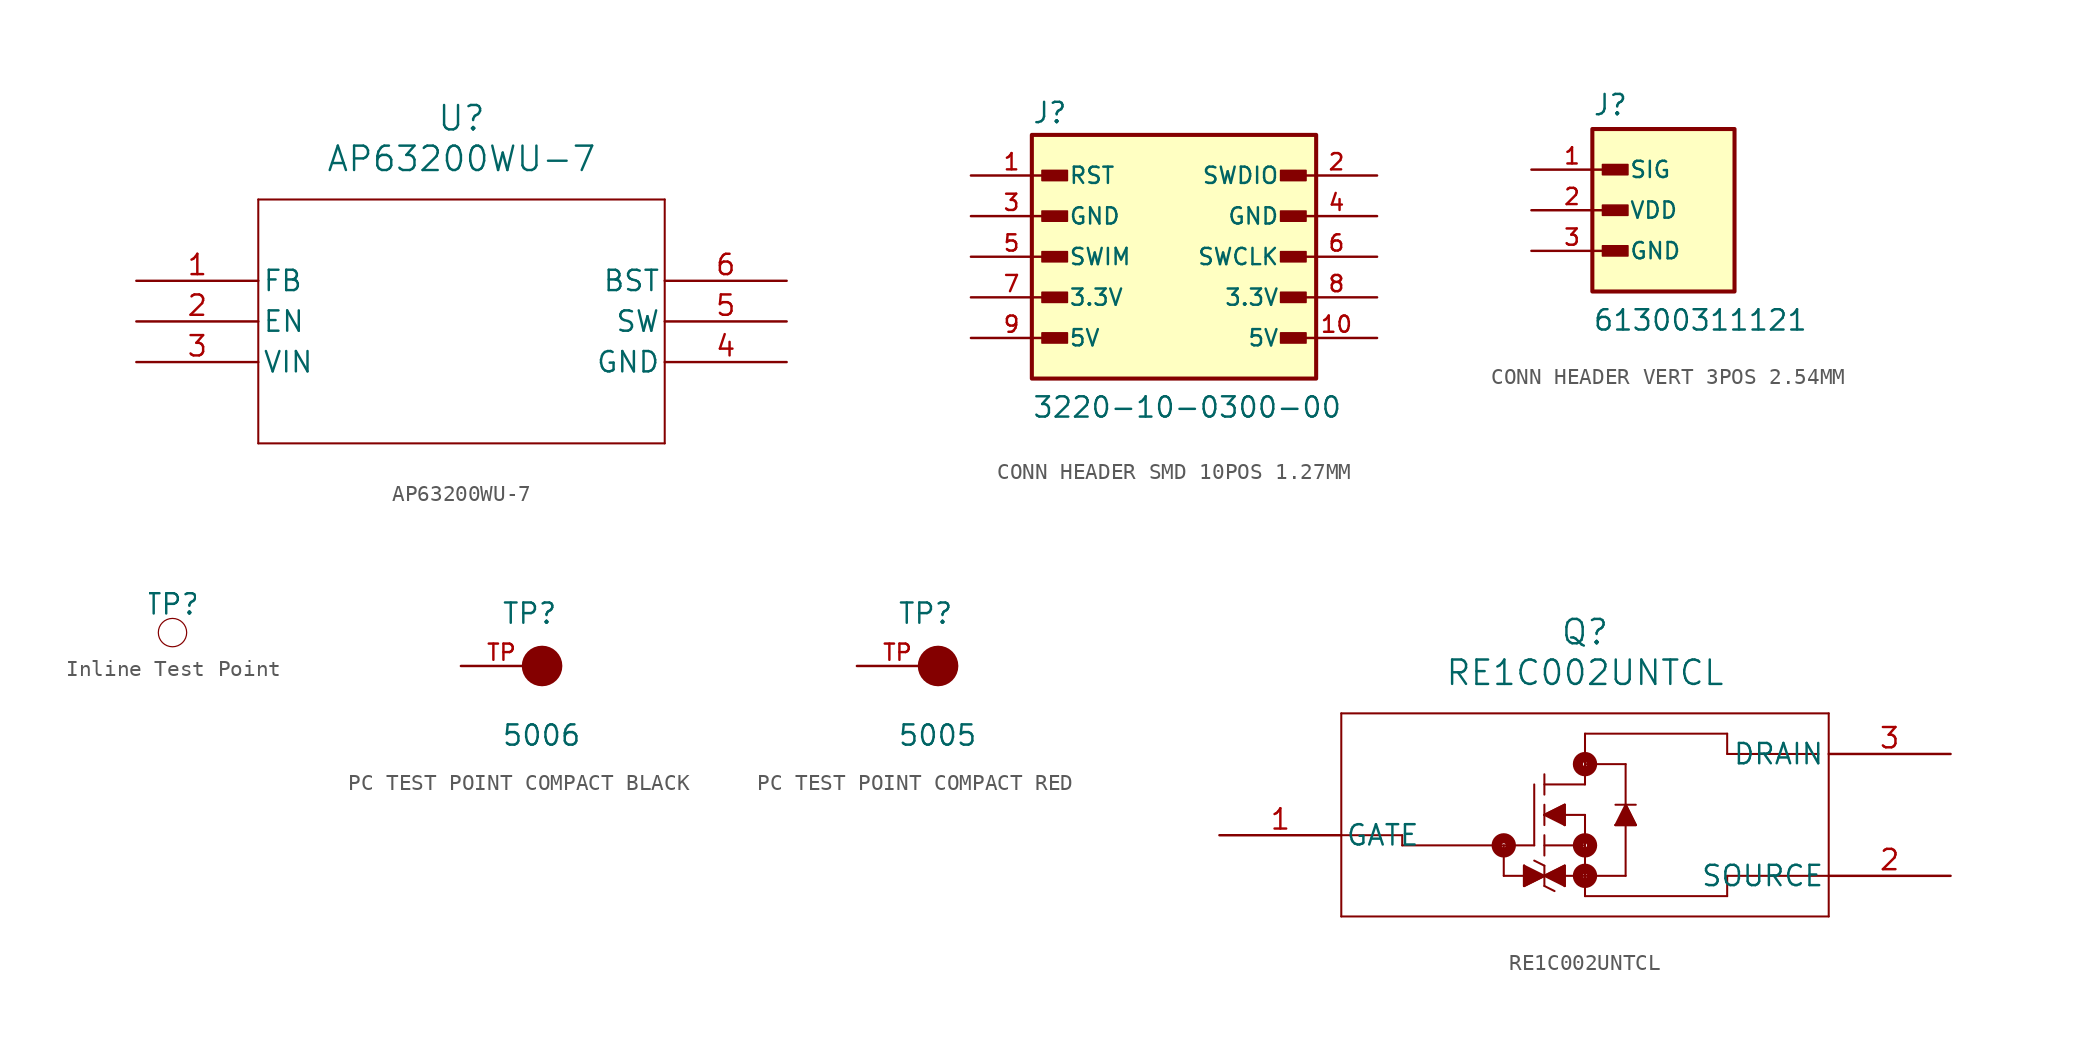
<source format=kicad_sym>
(kicad_symbol_lib
  (version 20241209)
  (generator "kicad_symbol_editor")
  (generator_version "9.0")
  (symbol "AP63200WU-7"
    (pin_names
      (offset 0.254))
    (property "Reference" "U"
      (at 20.32 10.16 0)
      (effects (font (size 1.524 1.524))))
    (property "Value" "AP63200WU-7"
      (at 20.32 7.62 0)
      (effects (font (size 1.524 1.524))))
    (symbol "AP63200WU-7_0_1"
      (polyline (pts (xy 7.62 5.08) (xy 7.62 -10.16)) (stroke (width 0.127) (type default)) (fill (type none)))
      (polyline (pts (xy 7.62 -10.16) (xy 33.02 -10.16)) (stroke (width 0.127) (type default)) (fill (type none)))
      (polyline (pts (xy 33.02 5.08) (xy 7.62 5.08)) (stroke (width 0.127) (type default)) (fill (type none)))
      (polyline (pts (xy 33.02 -10.16) (xy 33.02 5.08)) (stroke (width 0.127) (type default)) (fill (type none)))
      (pin output line (at 0 0 0) (length 7.62) (name "FB" (effects (font (size 1.27 1.27)))) (number "1" (effects (font (size 1.27 1.27)))))
      (pin input line (at 0 -2.54 0) (length 7.62) (name "EN" (effects (font (size 1.27 1.27)))) (number "2" (effects (font (size 1.27 1.27)))))
      (pin power_in line (at 0 -5.08 0) (length 7.62) (name "VIN" (effects (font (size 1.27 1.27)))) (number "3" (effects (font (size 1.27 1.27)))))
      (pin input line (at 40.64 0 180) (length 7.62) (name "BST" (effects (font (size 1.27 1.27)))) (number "6" (effects (font (size 1.27 1.27)))))
      (pin output line (at 40.64 -2.54 180) (length 7.62) (name "SW" (effects (font (size 1.27 1.27)))) (number "5" (effects (font (size 1.27 1.27)))))
      (pin power_out line (at 40.64 -5.08 180) (length 7.62) (name "GND" (effects (font (size 1.27 1.27)))) (number "4" (effects (font (size 1.27 1.27)))))))
  (symbol "CONN HEADER SMD 10POS 1.27MM"
    (pin_names
      (offset 1.016))
    (property "Reference" "J"
      (at -8.89 8.255 0)
      (effects (font (size 1.27 1.27)) (justify left bottom)))
    (property "Value" "3220-10-0300-00"
      (at -8.89 -10.16 0)
      (effects (font (size 1.27 1.27)) (justify left bottom)))
    (symbol "CONN HEADER SMD 10POS 1.27MM_0_0"
      (rectangle (start -8.89 -7.62) (end 8.89 7.62) (stroke (width 0.254) (type default)) (fill (type background)))
      (rectangle (start -8.255 4.763) (end -6.668 5.397) (stroke (width 0.1) (type default)) (fill (type outline)))
      (rectangle (start -8.255 2.223) (end -6.668 2.857) (stroke (width 0.1) (type default)) (fill (type outline)))
      (rectangle (start -8.255 -0.318) (end -6.668 0.318) (stroke (width 0.1) (type default)) (fill (type outline)))
      (rectangle (start -8.255 -2.857) (end -6.668 -2.223) (stroke (width 0.1) (type default)) (fill (type outline)))
      (rectangle (start -8.255 -5.397) (end -6.668 -4.763) (stroke (width 0.1) (type default)) (fill (type outline)))
      (rectangle (start 6.668 4.763) (end 8.255 5.397) (stroke (width 0.1) (type default)) (fill (type outline)))
      (rectangle (start 6.668 2.223) (end 8.255 2.857) (stroke (width 0.1) (type default)) (fill (type outline)))
      (rectangle (start 6.668 -0.318) (end 8.255 0.318) (stroke (width 0.1) (type default)) (fill (type outline)))
      (rectangle (start 6.668 -2.857) (end 8.255 -2.223) (stroke (width 0.1) (type default)) (fill (type outline)))
      (rectangle (start 6.668 -5.397) (end 8.255 -4.763) (stroke (width 0.1) (type default)) (fill (type outline)))
      (pin passive line (at -12.7 5.08 0) (length 5.08) (name "RST" (effects (font (size 1.016 1.016)))) (number "1" (effects (font (size 1.016 1.016)))))
      (pin passive line (at -12.7 2.54 0) (length 5.08) (name "GND" (effects (font (size 1.016 1.016)))) (number "3" (effects (font (size 1.016 1.016)))))
      (pin passive line (at -12.7 0 0) (length 5.08) (name "SWIM" (effects (font (size 1.016 1.016)))) (number "5" (effects (font (size 1.016 1.016)))))
      (pin passive line (at -12.7 -2.54 0) (length 5.08) (name "3.3V" (effects (font (size 1.016 1.016)))) (number "7" (effects (font (size 1.016 1.016)))))
      (pin passive line (at -12.7 -5.08 0) (length 5.08) (name "5V" (effects (font (size 1.016 1.016)))) (number "9" (effects (font (size 1.016 1.016)))))
      (pin passive line (at 12.7 5.08 180) (length 5.08) (name "SWDIO" (effects (font (size 1.016 1.016)))) (number "2" (effects (font (size 1.016 1.016)))))
      (pin passive line (at 12.7 2.54 180) (length 5.08) (name "GND" (effects (font (size 1.016 1.016)))) (number "4" (effects (font (size 1.016 1.016)))))
      (pin passive line (at 12.7 0 180) (length 5.08) (name "SWCLK" (effects (font (size 1.016 1.016)))) (number "6" (effects (font (size 1.016 1.016)))))
      (pin passive line (at 12.7 -2.54 180) (length 5.08) (name "3.3V" (effects (font (size 1.016 1.016)))) (number "8" (effects (font (size 1.016 1.016)))))
      (pin passive line (at 12.7 -5.08 180) (length 5.08) (name "5V" (effects (font (size 1.016 1.016)))) (number "10" (effects (font (size 1.016 1.016)))))))
  (symbol "CONN HEADER VERT 3POS 2.54MM"
    (pin_names
      (offset 1.016))
    (property "Reference" "J"
      (at -3.81 5.842 0)
      (effects (font (size 1.27 1.27)) (justify left bottom)))
    (property "Value" "61300311121"
      (at -3.81 -7.62 0)
      (effects (font (size 1.27 1.27)) (justify left bottom)))
    (symbol "CONN HEADER VERT 3POS 2.54MM_0_0"
      (rectangle (start -3.81 -5.08) (end 5.08 5.08) (stroke (width 0.254) (type default)) (fill (type background)))
      (rectangle (start -3.175 2.223) (end -1.587 2.857) (stroke (width 0.1) (type default)) (fill (type outline)))
      (rectangle (start -3.175 -0.318) (end -1.587 0.318) (stroke (width 0.1) (type default)) (fill (type outline)))
      (rectangle (start -3.175 -2.857) (end -1.587 -2.223) (stroke (width 0.1) (type default)) (fill (type outline)))
      (pin output line (at -7.62 2.54 0) (length 5.08) (name "SIG" (effects (font (size 1.016 1.016)))) (number "1" (effects (font (size 1.016 1.016)))))
      (pin power_in line (at -7.62 0 0) (length 5.08) (name "VDD" (effects (font (size 1.016 1.016)))) (number "2" (effects (font (size 1.016 1.016)))))
      (pin power_in line (at -7.62 -2.54 0) (length 5.08) (name "GND" (effects (font (size 1.016 1.016)))) (number "3" (effects (font (size 1.016 1.016)))))))
  (symbol "Inline Test Point"
    (property "Reference" "TP"
      (at 0 1.778 0)
      (effects (font (size 1.27 1.27))))
    (symbol "Inline Test Point_1_1"
      (circle (center 0 0) (radius 0.889) (stroke (width 0.076) (type solid)) (fill (type none)))
      (pin free line (at 0 0 0) (length 0) (hide yes) (name "1" (effects (font (size 1.27 1.27)))) (number "1" (effects (font (size 1.27 1.27)))))))
  (symbol "PC TEST POINT COMPACT BLACK"
    (pin_names
      (offset 1.016))
    (property "Reference" "TP"
      (at -2.544 2.542 0)
      (effects (font (size 1.27 1.27)) (justify left bottom)))
    (property "Value" "5006"
      (at -2.55 -5.087 0)
      (effects (font (size 1.27 1.27)) (justify left bottom)))
    (symbol "PC TEST POINT COMPACT BLACK_0_0"
      (circle (center 0 0) (radius 0.635) (stroke (width 1.27) (type default)) (fill (type none)))
      (pin passive line (at -5.08 0 0) (length 5.08) (name "~" (effects (font (size 1.016 1.016)))) (number "TP" (effects (font (size 1.016 1.016)))))))
  (symbol "PC TEST POINT COMPACT RED"
    (pin_names
      (offset 1.016))
    (property "Reference" "TP"
      (at -2.544 2.542 0)
      (effects (font (size 1.27 1.27)) (justify left bottom)))
    (property "Value" "5005"
      (at -2.55 -5.087 0)
      (effects (font (size 1.27 1.27)) (justify left bottom)))
    (symbol "PC TEST POINT COMPACT RED_0_0"
      (circle (center 0 0) (radius 0.635) (stroke (width 1.27) (type default)) (fill (type none)))
      (pin passive line (at -5.08 0 0) (length 5.08) (name "~" (effects (font (size 1.016 1.016)))) (number "TP" (effects (font (size 1.016 1.016)))))))
  (symbol "RE1C002UNTCL"
    (pin_names
      (offset 0.254))
    (property "Reference" "Q"
      (at 22.86 12.7 0)
      (effects (font (size 1.524 1.524))))
    (property "Value" "RE1C002UNTCL"
      (at 22.86 10.16 0)
      (effects (font (size 1.524 1.524))))
    (symbol "RE1C002UNTCL_0_1"
      (polyline (pts (xy 7.62 7.62) (xy 7.62 -5.08)) (stroke (width 0.127) (type default)) (fill (type none)))
      (polyline (pts (xy 7.62 -5.08) (xy 38.1 -5.08)) (stroke (width 0.127) (type default)) (fill (type none)))
      (polyline (pts (xy 11.43 0) (xy 7.62 0)) (stroke (width 0.127) (type default)) (fill (type none)))
      (polyline (pts (xy 11.43 -0.635) (xy 11.43 0)) (stroke (width 0.127) (type default)) (fill (type none)))
      (polyline (pts (xy 17.78 -0.635) (xy 17.78 -2.54)) (stroke (width 0.127) (type default)) (fill (type none)))
      (circle (center 17.78 -0.635) (radius 0.127) (stroke (width 0.635) (type default)) (fill (type none)))
      (polyline (pts (xy 17.78 -2.54) (xy 25.4 -2.54)) (stroke (width 0.127) (type default)) (fill (type none)))
      (polyline (pts (xy 19.05 -1.905) (xy 19.05 -3.175)) (stroke (width 0.127) (type default)) (fill (type none)))
      (polyline (pts (xy 19.05 -1.905) (xy 19.05 -3.175) (xy 21.59 -1.905) (xy 21.59 -3.175)) (stroke (width 0) (type default)) (fill (type outline)))
      (polyline (pts (xy 19.05 -3.175) (xy 20.32 -2.54)) (stroke (width 0.127) (type default)) (fill (type none)))
      (polyline (pts (xy 19.685 3.175) (xy 19.685 -0.635)) (stroke (width 0.127) (type default)) (fill (type none)))
      (polyline (pts (xy 19.685 -0.635) (xy 11.43 -0.635)) (stroke (width 0.127) (type default)) (fill (type none)))
      (polyline (pts (xy 20.32 3.175) (xy 22.86 3.175)) (stroke (width 0.127) (type default)) (fill (type none)))
      (polyline (pts (xy 20.32 2.54) (xy 20.32 3.81)) (stroke (width 0.127) (type default)) (fill (type none)))
      (polyline (pts (xy 20.32 1.905) (xy 20.32 0.635)) (stroke (width 0.127) (type default)) (fill (type none)))
      (polyline (pts (xy 20.32 1.27) (xy 21.59 1.905)) (stroke (width 0.127) (type default)) (fill (type none)))
      (polyline (pts (xy 20.32 1.27) (xy 21.59 1.905) (xy 21.59 0.635)) (stroke (width 0) (type default)) (fill (type outline)))
      (polyline (pts (xy 20.32 0) (xy 20.32 -1.27)) (stroke (width 0.127) (type default)) (fill (type none)))
      (polyline (pts (xy 20.32 -0.635) (xy 22.86 -0.635)) (stroke (width 0.127) (type default)) (fill (type none)))
      (polyline (pts (xy 20.32 -1.905) (xy 19.685 -1.587)) (stroke (width 0.127) (type default)) (fill (type none)))
      (polyline (pts (xy 20.32 -1.905) (xy 20.32 -3.175)) (stroke (width 0.127) (type default)) (fill (type none)))
      (polyline (pts (xy 20.32 -2.54) (xy 19.05 -1.905)) (stroke (width 0.127) (type default)) (fill (type none)))
      (polyline (pts (xy 20.32 -2.54) (xy 21.59 -1.905)) (stroke (width 0.127) (type default)) (fill (type none)))
      (polyline (pts (xy 20.32 -3.175) (xy 20.955 -3.493)) (stroke (width 0.127) (type default)) (fill (type none)))
      (polyline (pts (xy 21.59 1.905) (xy 21.59 0.635)) (stroke (width 0.127) (type default)) (fill (type none)))
      (polyline (pts (xy 21.59 0.635) (xy 20.32 1.27)) (stroke (width 0.127) (type default)) (fill (type none)))
      (polyline (pts (xy 21.59 -1.905) (xy 21.59 -3.175)) (stroke (width 0.127) (type default)) (fill (type none)))
      (polyline (pts (xy 21.59 -3.175) (xy 20.32 -2.54)) (stroke (width 0.127) (type default)) (fill (type none)))
      (polyline (pts (xy 22.86 6.35) (xy 31.75 6.35)) (stroke (width 0.127) (type default)) (fill (type none)))
      (polyline (pts (xy 22.86 4.445) (xy 25.4 4.445)) (stroke (width 0.127) (type default)) (fill (type none)))
      (circle (center 22.86 4.445) (radius 0.127) (stroke (width 0.635) (type default)) (fill (type none)))
      (polyline (pts (xy 22.86 3.175) (xy 22.86 6.35)) (stroke (width 0.127) (type default)) (fill (type none)))
      (polyline (pts (xy 22.86 1.27) (xy 20.32 1.27)) (stroke (width 0.127) (type default)) (fill (type none)))
      (polyline (pts (xy 22.86 1.27) (xy 22.86 -3.81)) (stroke (width 0.127) (type default)) (fill (type none)))
      (circle (center 22.86 -0.635) (radius 0.127) (stroke (width 0.635) (type default)) (fill (type none)))
      (circle (center 22.86 -2.54) (radius 0.127) (stroke (width 0.635) (type default)) (fill (type none)))
      (polyline (pts (xy 24.765 1.905) (xy 26.035 1.905)) (stroke (width 0.127) (type default)) (fill (type none)))
      (polyline (pts (xy 24.765 0.635) (xy 26.035 0.635)) (stroke (width 0.127) (type default)) (fill (type none)))
      (polyline (pts (xy 24.765 0.635) (xy 26.035 0.635) (xy 25.4 1.905)) (stroke (width 0) (type default)) (fill (type outline)))
      (polyline (pts (xy 25.4 1.905) (xy 24.765 0.635)) (stroke (width 0.127) (type default)) (fill (type none)))
      (polyline (pts (xy 25.4 -2.54) (xy 25.4 4.445)) (stroke (width 0.127) (type default)) (fill (type none)))
      (polyline (pts (xy 26.035 0.635) (xy 25.4 1.905)) (stroke (width 0.127) (type default)) (fill (type none)))
      (polyline (pts (xy 31.75 6.35) (xy 31.75 5.08)) (stroke (width 0.127) (type default)) (fill (type none)))
      (polyline (pts (xy 31.75 5.08) (xy 37.465 5.08)) (stroke (width 0.127) (type default)) (fill (type none)))
      (polyline (pts (xy 31.75 -2.54) (xy 31.75 -3.81)) (stroke (width 0.127) (type default)) (fill (type none)))
      (polyline (pts (xy 31.75 -3.81) (xy 22.86 -3.81)) (stroke (width 0.127) (type default)) (fill (type none)))
      (polyline (pts (xy 38.1 7.62) (xy 7.62 7.62)) (stroke (width 0.127) (type default)) (fill (type none)))
      (polyline (pts (xy 38.1 -2.54) (xy 31.75 -2.54)) (stroke (width 0.127) (type default)) (fill (type none)))
      (polyline (pts (xy 38.1 -5.08) (xy 38.1 7.62)) (stroke (width 0.127) (type default)) (fill (type none)))
      (pin unspecified line (at 0 0 0) (length 7.62) (name "GATE" (effects (font (size 1.27 1.27)))) (number "1" (effects (font (size 1.27 1.27)))))
      (pin unspecified line (at 45.72 5.08 180) (length 7.62) (name "DRAIN" (effects (font (size 1.27 1.27)))) (number "3" (effects (font (size 1.27 1.27)))))
      (pin unspecified line (at 45.72 -2.54 180) (length 7.62) (name "SOURCE" (effects (font (size 1.27 1.27)))) (number "2" (effects (font (size 1.27 1.27))))))))
</source>
